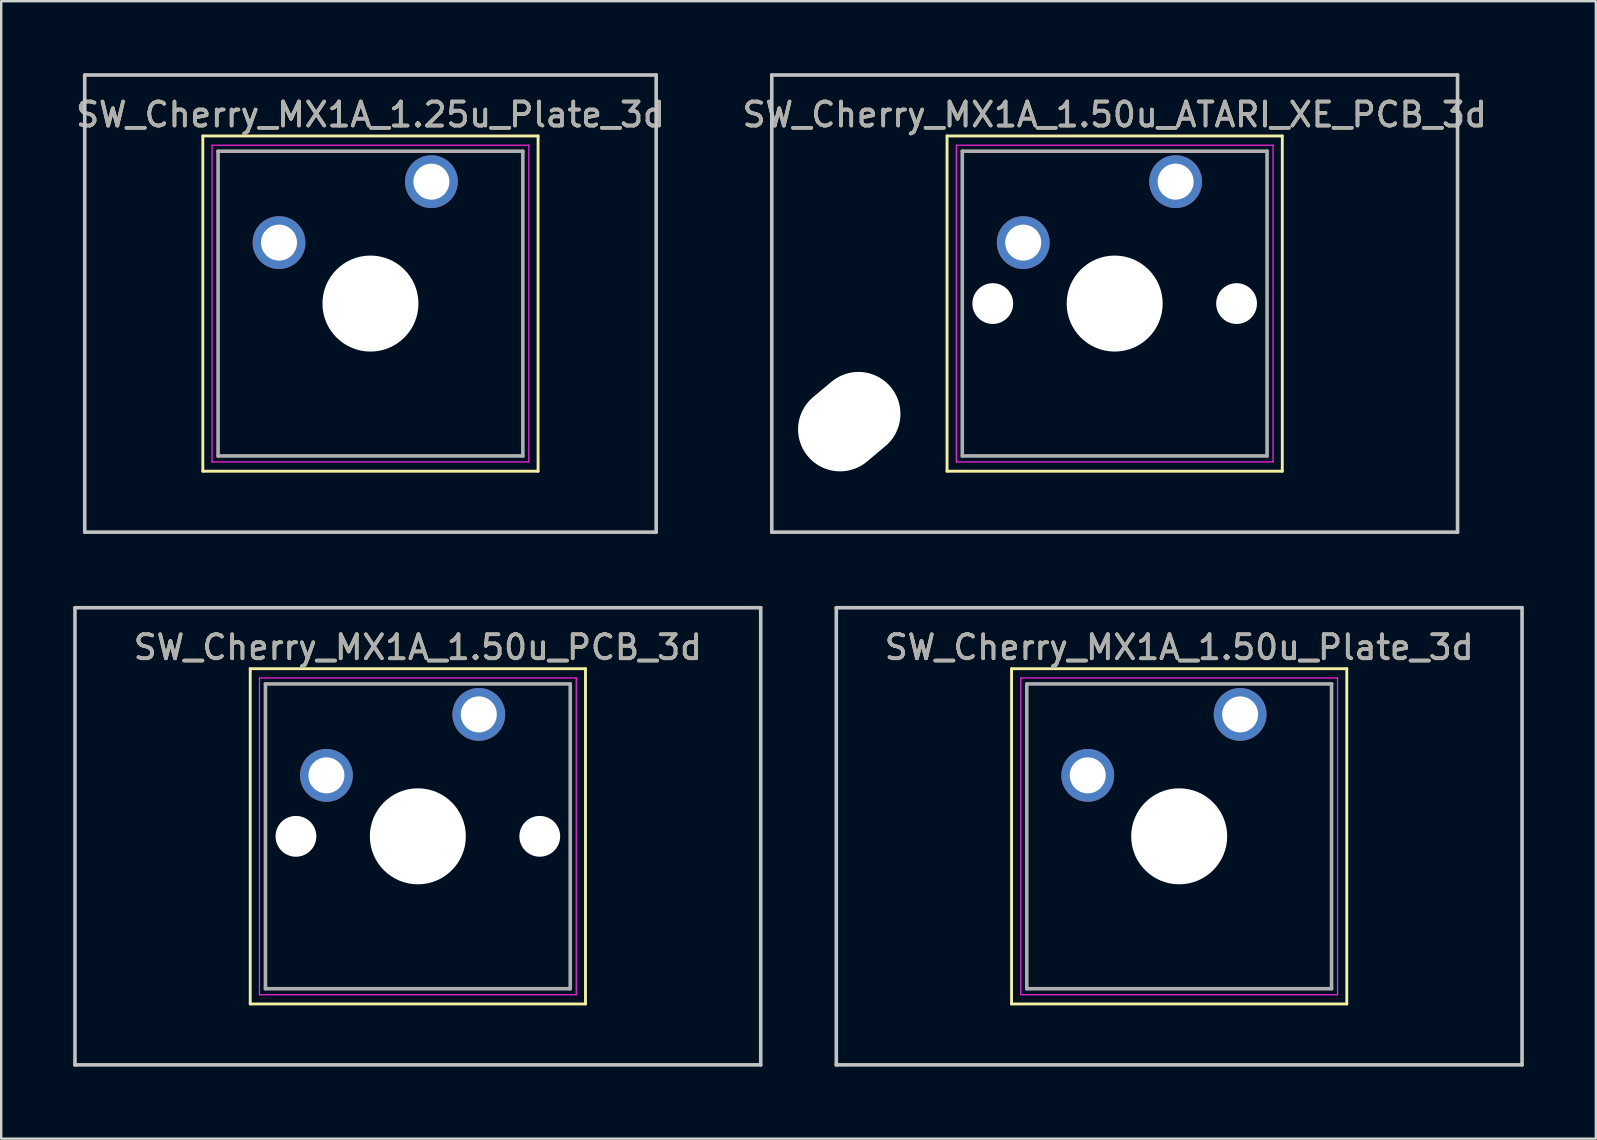
<source format=kicad_pcb>
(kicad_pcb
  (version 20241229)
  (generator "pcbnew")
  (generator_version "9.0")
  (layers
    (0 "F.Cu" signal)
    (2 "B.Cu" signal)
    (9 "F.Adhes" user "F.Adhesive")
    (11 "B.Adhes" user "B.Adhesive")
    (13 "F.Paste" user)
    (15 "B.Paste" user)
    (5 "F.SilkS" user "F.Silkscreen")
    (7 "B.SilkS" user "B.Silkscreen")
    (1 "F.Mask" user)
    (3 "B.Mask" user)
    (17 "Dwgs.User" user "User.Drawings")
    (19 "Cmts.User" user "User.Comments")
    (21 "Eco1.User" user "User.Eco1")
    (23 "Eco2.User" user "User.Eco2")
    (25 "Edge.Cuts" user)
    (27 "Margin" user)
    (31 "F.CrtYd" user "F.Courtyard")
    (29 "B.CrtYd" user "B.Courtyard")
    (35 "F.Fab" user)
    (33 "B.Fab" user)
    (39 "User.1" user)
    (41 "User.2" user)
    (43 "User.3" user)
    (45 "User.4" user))
  (footprint "SW_Cherry_MX1A_1.50u_Plate_3d"
    (layer "F.Cu")
    (at 48.627 26.72)
    (property "Reference" "SW_Cherry_MX1A_1.50u_Plate_3d" (at -2.54 -2.794 0) (layer "F.SilkS") (effects (font (size 1 1) (thickness 0.15))))
    (attr through_hole)
    (fp_line (start -9.525 -1.905) (end 4.445 -1.905) (stroke (width 0.12) (type solid)) (layer "F.SilkS"))
    (fp_line (start -9.525 12.065) (end -9.525 -1.905) (stroke (width 0.12) (type solid)) (layer "F.SilkS"))
    (fp_line (start 4.445 -1.905) (end 4.445 12.065) (stroke (width 0.12) (type solid)) (layer "F.SilkS"))
    (fp_line (start 4.445 12.065) (end -9.525 12.065) (stroke (width 0.12) (type solid)) (layer "F.SilkS"))
    (fp_line (start -16.828 -4.445) (end 11.748 -4.445) (stroke (width 0.15) (type solid)) (layer "Dwgs.User"))
    (fp_line (start -16.828 14.605) (end -16.828 -4.445) (stroke (width 0.15) (type solid)) (layer "Dwgs.User"))
    (fp_line (start 11.748 -4.445) (end 11.748 14.605) (stroke (width 0.15) (type solid)) (layer "Dwgs.User"))
    (fp_line (start 11.748 14.605) (end -16.828 14.605) (stroke (width 0.15) (type solid)) (layer "Dwgs.User"))
    (fp_line (start -9.14 -1.52) (end 4.06 -1.52) (stroke (width 0.05) (type solid)) (layer "F.CrtYd"))
    (fp_line (start -9.14 11.68) (end -9.14 -1.52) (stroke (width 0.05) (type solid)) (layer "F.CrtYd"))
    (fp_line (start 4.06 -1.52) (end 4.06 11.68) (stroke (width 0.05) (type solid)) (layer "F.CrtYd"))
    (fp_line (start 4.06 11.68) (end -9.14 11.68) (stroke (width 0.05) (type solid)) (layer "F.CrtYd"))
    (fp_line (start -8.89 -1.27) (end 3.81 -1.27) (stroke (width 0.15) (type solid)) (layer "F.Fab"))
    (fp_line (start -8.89 11.43) (end -8.89 -1.27) (stroke (width 0.15) (type solid)) (layer "F.Fab"))
    (fp_line (start 3.81 -1.27) (end 3.81 11.43) (stroke (width 0.15) (type solid)) (layer "F.Fab"))
    (fp_line (start 3.81 11.43) (end -8.89 11.43) (stroke (width 0.15) (type solid)) (layer "F.Fab"))
    (fp_text user "${REFERENCE}" (at -2.54 -2.794 0) (layer "F.Fab") (effects (font (size 1 1) (thickness 0.15))))
    (pad "" np_thru_hole circle (at -2.54 5.08) (size 4 4) (drill 4) (layers "*.Cu" "*.Mask"))
    (pad "1" thru_hole circle (at 0 0) (size 2.2 2.2) (drill 1.5) (layers "*.Cu" "*.Mask"))
    (pad "2" thru_hole circle (at -6.35 2.54) (size 2.2 2.2) (drill 1.5) (layers "*.Cu" "*.Mask")))
  (footprint "SW_Cherry_MX1A_1.25u_Plate_3d"
    (layer "F.Cu")
    (at 14.927 4.52)
    (property "Reference" "SW_Cherry_MX1A_1.25u_Plate_3d" (at -2.54 -2.794 0) (layer "F.SilkS") (effects (font (size 1 1) (thickness 0.15))))
    (attr through_hole)
    (fp_line (start -9.525 -1.905) (end 4.445 -1.905) (stroke (width 0.12) (type solid)) (layer "F.SilkS"))
    (fp_line (start -9.525 12.065) (end -9.525 -1.905) (stroke (width 0.12) (type solid)) (layer "F.SilkS"))
    (fp_line (start 4.445 -1.905) (end 4.445 12.065) (stroke (width 0.12) (type solid)) (layer "F.SilkS"))
    (fp_line (start 4.445 12.065) (end -9.525 12.065) (stroke (width 0.12) (type solid)) (layer "F.SilkS"))
    (fp_line (start -14.446 -4.445) (end 9.366 -4.445) (stroke (width 0.15) (type solid)) (layer "Dwgs.User"))
    (fp_line (start -14.446 14.605) (end -14.446 -4.445) (stroke (width 0.15) (type solid)) (layer "Dwgs.User"))
    (fp_line (start 9.366 -4.445) (end 9.366 14.605) (stroke (width 0.15) (type solid)) (layer "Dwgs.User"))
    (fp_line (start 9.366 14.605) (end -14.446 14.605) (stroke (width 0.15) (type solid)) (layer "Dwgs.User"))
    (fp_line (start -9.14 -1.52) (end 4.06 -1.52) (stroke (width 0.05) (type solid)) (layer "F.CrtYd"))
    (fp_line (start -9.14 11.68) (end -9.14 -1.52) (stroke (width 0.05) (type solid)) (layer "F.CrtYd"))
    (fp_line (start 4.06 -1.52) (end 4.06 11.68) (stroke (width 0.05) (type solid)) (layer "F.CrtYd"))
    (fp_line (start 4.06 11.68) (end -9.14 11.68) (stroke (width 0.05) (type solid)) (layer "F.CrtYd"))
    (fp_line (start -8.89 -1.27) (end 3.81 -1.27) (stroke (width 0.15) (type solid)) (layer "F.Fab"))
    (fp_line (start -8.89 11.43) (end -8.89 -1.27) (stroke (width 0.15) (type solid)) (layer "F.Fab"))
    (fp_line (start 3.81 -1.27) (end 3.81 11.43) (stroke (width 0.15) (type solid)) (layer "F.Fab"))
    (fp_line (start 3.81 11.43) (end -8.89 11.43) (stroke (width 0.15) (type solid)) (layer "F.Fab"))
    (fp_text user "${REFERENCE}" (at -2.54 -2.794 0) (layer "F.Fab") (effects (font (size 1 1) (thickness 0.15))))
    (pad "" np_thru_hole circle (at -2.54 5.08) (size 4 4) (drill 4) (layers "*.Cu" "*.Mask"))
    (pad "1" thru_hole circle (at 0 0) (size 2.2 2.2) (drill 1.5) (layers "*.Cu" "*.Mask"))
    (pad "2" thru_hole circle (at -6.35 2.54) (size 2.2 2.2) (drill 1.5) (layers "*.Cu" "*.Mask")))
  (footprint "SW_Cherry_MX1A_1.50u_PCB_3d"
    (layer "F.Cu")
    (at 16.902 26.72)
    (property "Reference" "SW_Cherry_MX1A_1.50u_PCB_3d" (at -2.54 -2.794 0) (layer "F.SilkS") (effects (font (size 1 1) (thickness 0.15))))
    (attr through_hole)
    (fp_line (start -9.525 -1.905) (end 4.445 -1.905) (stroke (width 0.12) (type solid)) (layer "F.SilkS"))
    (fp_line (start -9.525 12.065) (end -9.525 -1.905) (stroke (width 0.12) (type solid)) (layer "F.SilkS"))
    (fp_line (start 4.445 -1.905) (end 4.445 12.065) (stroke (width 0.12) (type solid)) (layer "F.SilkS"))
    (fp_line (start 4.445 12.065) (end -9.525 12.065) (stroke (width 0.12) (type solid)) (layer "F.SilkS"))
    (fp_line (start -16.828 -4.445) (end 11.748 -4.445) (stroke (width 0.15) (type solid)) (layer "Dwgs.User"))
    (fp_line (start -16.828 14.605) (end -16.828 -4.445) (stroke (width 0.15) (type solid)) (layer "Dwgs.User"))
    (fp_line (start 11.748 -4.445) (end 11.748 14.605) (stroke (width 0.15) (type solid)) (layer "Dwgs.User"))
    (fp_line (start 11.748 14.605) (end -16.828 14.605) (stroke (width 0.15) (type solid)) (layer "Dwgs.User"))
    (fp_line (start -9.14 -1.52) (end 4.06 -1.52) (stroke (width 0.05) (type solid)) (layer "F.CrtYd"))
    (fp_line (start -9.14 11.68) (end -9.14 -1.52) (stroke (width 0.05) (type solid)) (layer "F.CrtYd"))
    (fp_line (start 4.06 -1.52) (end 4.06 11.68) (stroke (width 0.05) (type solid)) (layer "F.CrtYd"))
    (fp_line (start 4.06 11.68) (end -9.14 11.68) (stroke (width 0.05) (type solid)) (layer "F.CrtYd"))
    (fp_line (start -8.89 -1.27) (end 3.81 -1.27) (stroke (width 0.15) (type solid)) (layer "F.Fab"))
    (fp_line (start -8.89 11.43) (end -8.89 -1.27) (stroke (width 0.15) (type solid)) (layer "F.Fab"))
    (fp_line (start 3.81 -1.27) (end 3.81 11.43) (stroke (width 0.15) (type solid)) (layer "F.Fab"))
    (fp_line (start 3.81 11.43) (end -8.89 11.43) (stroke (width 0.15) (type solid)) (layer "F.Fab"))
    (fp_text user "${REFERENCE}" (at -2.54 -2.794 0) (layer "F.Fab") (effects (font (size 1 1) (thickness 0.15))))
    (pad "" np_thru_hole circle (at -7.62 5.08) (size 1.7 1.7) (drill 1.7) (layers "*.Cu" "*.Mask"))
    (pad "" np_thru_hole circle (at -2.54 5.08) (size 4 4) (drill 4) (layers "*.Cu" "*.Mask"))
    (pad "" np_thru_hole circle (at 2.54 5.08) (size 1.7 1.7) (drill 1.7) (layers "*.Cu" "*.Mask"))
    (pad "1" thru_hole circle (at 0 0) (size 2.2 2.2) (drill 1.5) (layers "*.Cu" "*.Mask"))
    (pad "2" thru_hole circle (at -6.35 2.54) (size 2.2 2.2) (drill 1.5) (layers "*.Cu" "*.Mask")))
  (footprint "SW_Cherry_MX1A_1.50u_ATARI_XE_PCB_3d"
    (layer "F.Cu")
    (at 45.939 4.52)
    (property "Reference" "SW_Cherry_MX1A_1.50u_ATARI_XE_PCB_3d" (at -2.54 -2.794 0) (layer "F.SilkS") (effects (font (size 1 1) (thickness 0.15))))
    (attr through_hole)
    (fp_line (start -9.525 -1.905) (end 4.445 -1.905) (stroke (width 0.12) (type solid)) (layer "F.SilkS"))
    (fp_line (start -9.525 12.065) (end -9.525 -1.905) (stroke (width 0.12) (type solid)) (layer "F.SilkS"))
    (fp_line (start 4.445 -1.905) (end 4.445 12.065) (stroke (width 0.12) (type solid)) (layer "F.SilkS"))
    (fp_line (start 4.445 12.065) (end -9.525 12.065) (stroke (width 0.12) (type solid)) (layer "F.SilkS"))
    (fp_line (start -16.828 -4.445) (end 11.748 -4.445) (stroke (width 0.15) (type solid)) (layer "Dwgs.User"))
    (fp_line (start -16.828 14.605) (end -16.828 -4.445) (stroke (width 0.15) (type solid)) (layer "Dwgs.User"))
    (fp_line (start 11.748 -4.445) (end 11.748 14.605) (stroke (width 0.15) (type solid)) (layer "Dwgs.User"))
    (fp_line (start 11.748 14.605) (end -16.828 14.605) (stroke (width 0.15) (type solid)) (layer "Dwgs.User"))
    (fp_line (start -9.14 -1.52) (end 4.06 -1.52) (stroke (width 0.05) (type solid)) (layer "F.CrtYd"))
    (fp_line (start -9.14 11.68) (end -9.14 -1.52) (stroke (width 0.05) (type solid)) (layer "F.CrtYd"))
    (fp_line (start 4.06 -1.52) (end 4.06 11.68) (stroke (width 0.05) (type solid)) (layer "F.CrtYd"))
    (fp_line (start 4.06 11.68) (end -9.14 11.68) (stroke (width 0.05) (type solid)) (layer "F.CrtYd"))
    (fp_line (start -8.89 -1.27) (end 3.81 -1.27) (stroke (width 0.15) (type solid)) (layer "F.Fab"))
    (fp_line (start -8.89 11.43) (end -8.89 -1.27) (stroke (width 0.15) (type solid)) (layer "F.Fab"))
    (fp_line (start 3.81 -1.27) (end 3.81 11.43) (stroke (width 0.15) (type solid)) (layer "F.Fab"))
    (fp_line (start 3.81 11.43) (end -8.89 11.43) (stroke (width 0.15) (type solid)) (layer "F.Fab"))
    (fp_text user "${REFERENCE}" (at -2.54 -2.794 0) (layer "F.Fab") (effects (font (size 1 1) (thickness 0.15))))
    (pad "" np_thru_hole oval (at -13.6 10 310) (size 3.5 4.5) (drill oval 3.5 4.5) (layers "*.Cu" "*.Mask"))
    (pad "" np_thru_hole circle (at -7.62 5.08) (size 1.7 1.7) (drill 1.7) (layers "*.Cu" "*.Mask"))
    (pad "" np_thru_hole circle (at -2.54 5.08) (size 4 4) (drill 4) (layers "*.Cu" "*.Mask"))
    (pad "" np_thru_hole circle (at 2.54 5.08) (size 1.7 1.7) (drill 1.7) (layers "*.Cu" "*.Mask"))
    (pad "1" thru_hole circle (at 0 0) (size 2.2 2.2) (drill 1.5) (layers "*.Cu" "*.Mask"))
    (pad "2" thru_hole circle (at -6.35 2.54) (size 2.2 2.2) (drill 1.5) (layers "*.Cu" "*.Mask")))
  (gr_rect
    (start -3 -3)
    (end 63.45 44.4)
    (stroke (width 0.1) (type default))
    (fill no)
    (layer "Edge.Cuts")))
</source>
